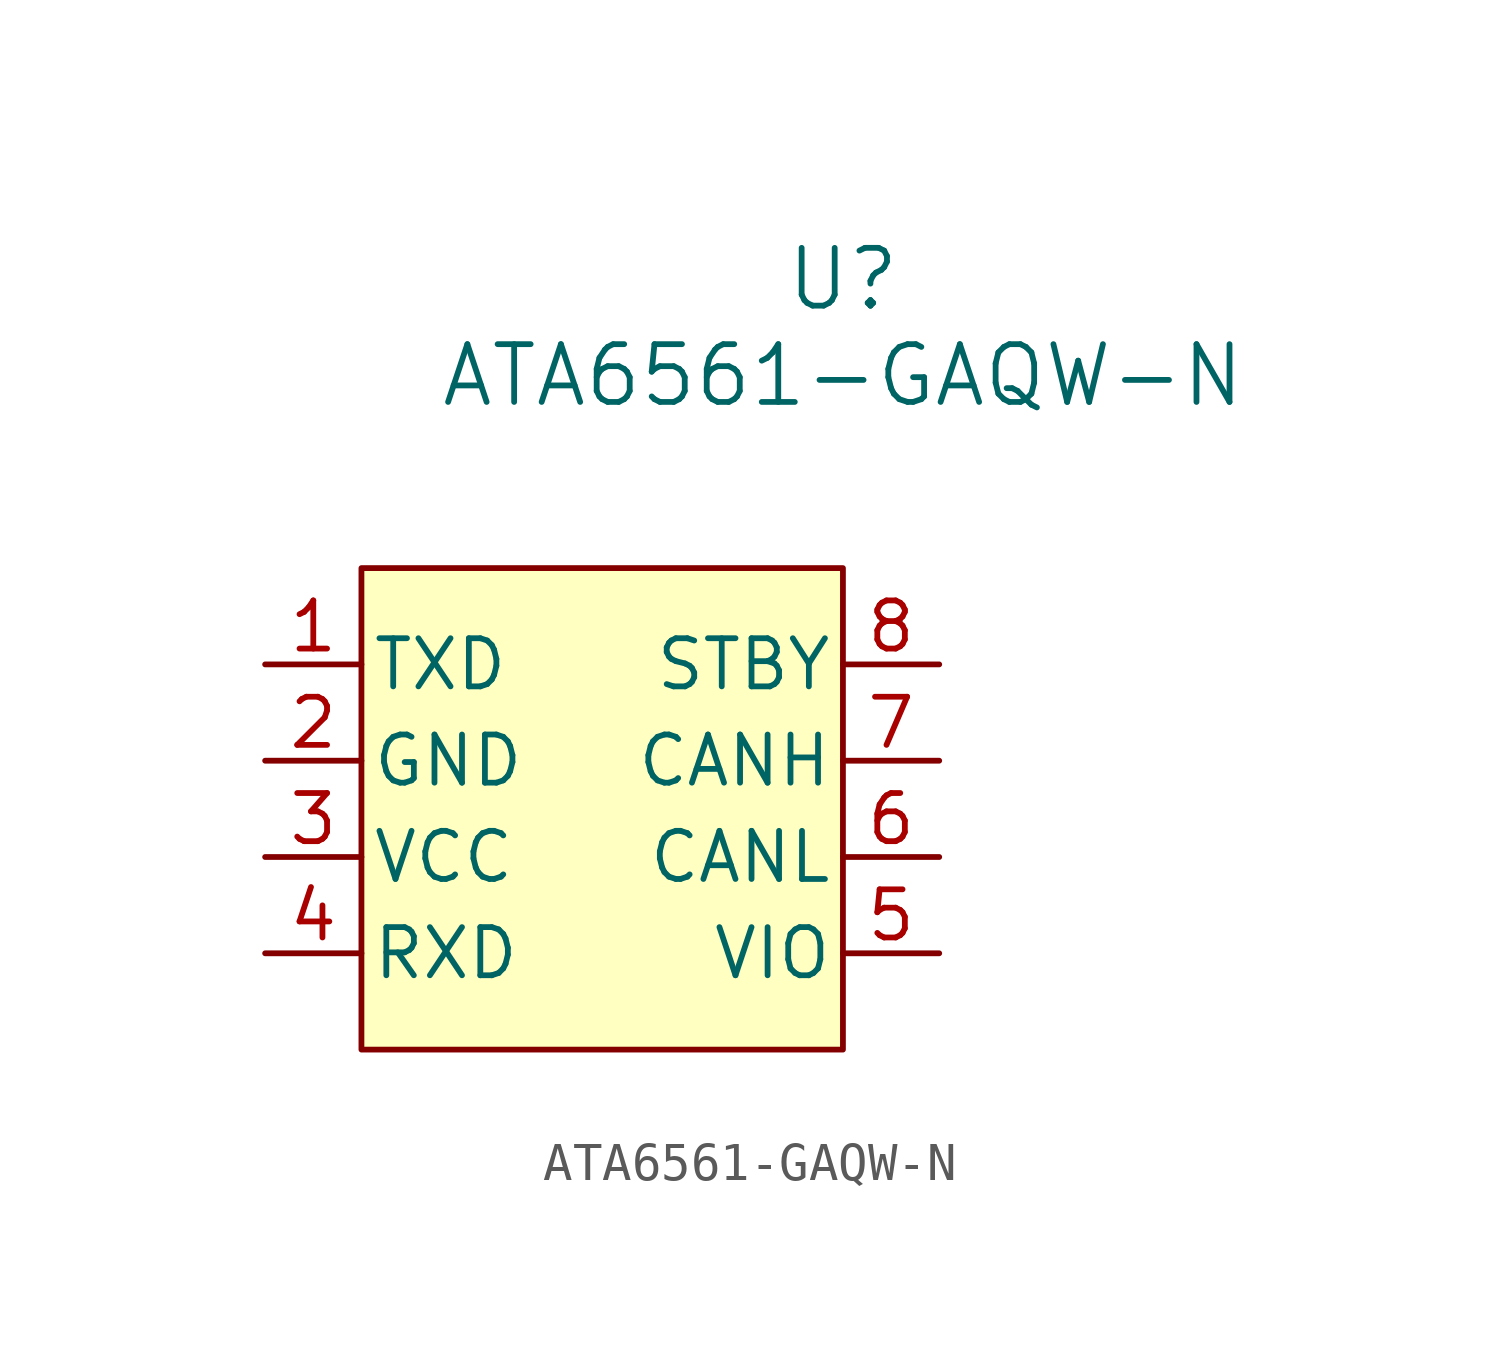
<source format=kicad_sym>
(kicad_symbol_lib
  (version 20241209)
  (generator "kicad_symbol_editor")
  (generator_version "9.0")
  (symbol "ATA6561-GAQW-N"
    (pin_names
      (offset 0.254))
    (property "Reference" "U"
      (at 6.35 12.7 0)
      (effects (font (size 1.524 1.524))))
    (property "Value" "ATA6561-GAQW-N"
      (at 6.35 10.16 0)
      (effects (font (size 1.524 1.524))))
    (symbol "ATA6561-GAQW-N_1_1"
      (rectangle (start -6.35 5.08) (end 6.35 -7.62) (stroke (width 0) (type solid)) (fill (type background)))
      (pin output line (at -8.89 2.54 0) (length 2.54) (name "TXD" (effects (font (size 1.27 1.27)))) (number "1" (effects (font (size 1.27 1.27)))))
      (pin input line (at -8.89 0 0) (length 2.54) (name "GND" (effects (font (size 1.27 1.27)))) (number "2" (effects (font (size 1.27 1.27)))))
      (pin power_in line (at -8.89 -2.54 0) (length 2.54) (name "VCC" (effects (font (size 1.27 1.27)))) (number "3" (effects (font (size 1.27 1.27)))))
      (pin input line (at -8.89 -5.08 0) (length 2.54) (name "RXD" (effects (font (size 1.27 1.27)))) (number "4" (effects (font (size 1.27 1.27)))))
      (pin passive line (at 8.89 2.54 180) (length 2.54) (name "STBY" (effects (font (size 1.27 1.27)))) (number "8" (effects (font (size 1.27 1.27)))))
      (pin bidirectional line (at 8.89 0 180) (length 2.54) (name "CANH" (effects (font (size 1.27 1.27)))) (number "7" (effects (font (size 1.27 1.27)))))
      (pin bidirectional line (at 8.89 -2.54 180) (length 2.54) (name "CANL" (effects (font (size 1.27 1.27)))) (number "6" (effects (font (size 1.27 1.27)))))
      (pin input line (at 8.89 -5.08 180) (length 2.54) (name "VIO" (effects (font (size 1.27 1.27)))) (number "5" (effects (font (size 1.27 1.27))))))))
</source>
